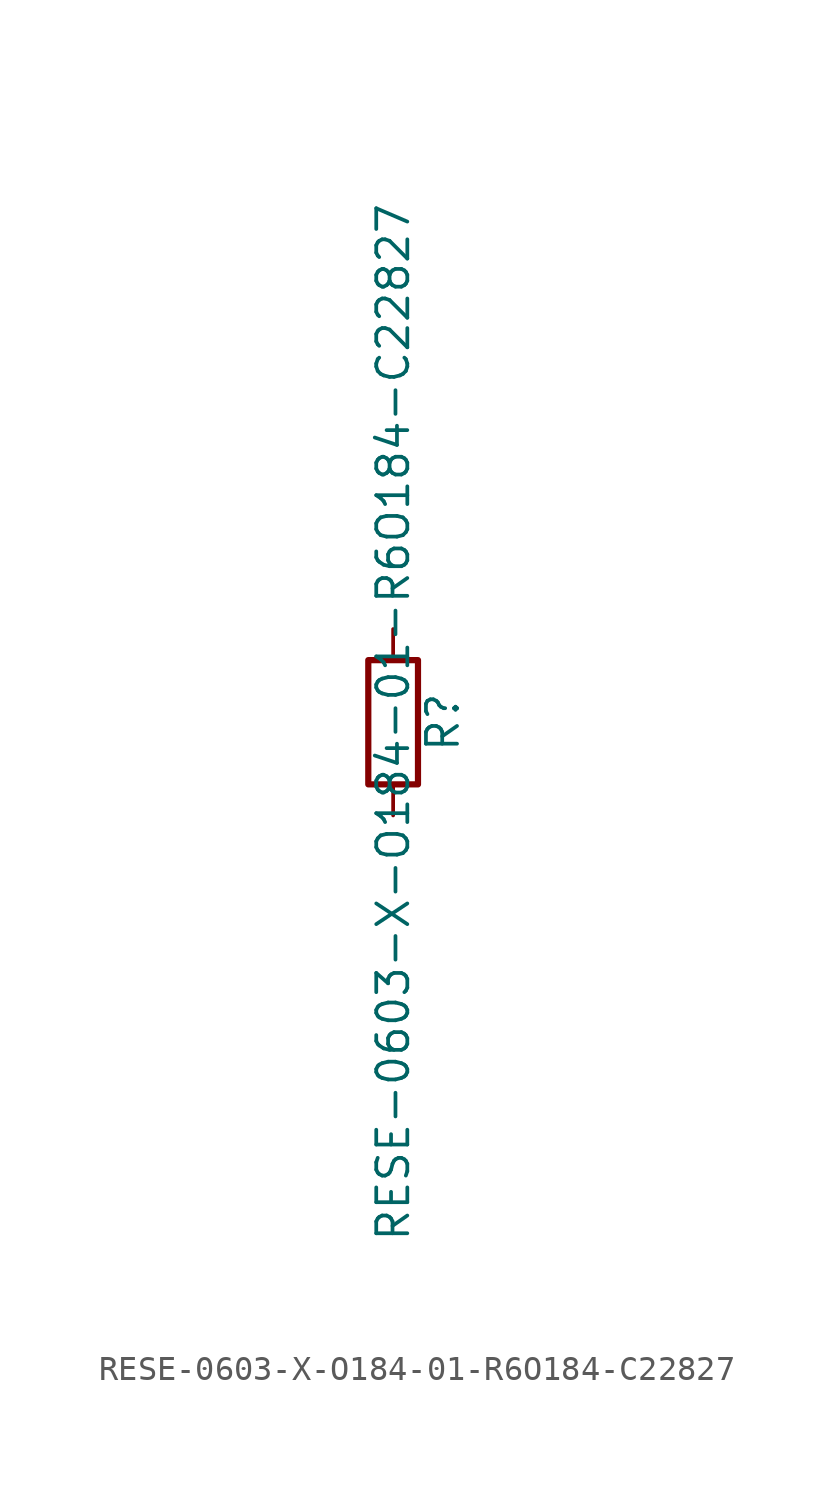
<source format=kicad_sym>
(kicad_symbol_lib
  (version 20211014)
  (generator kicad_symbol_editor)
  (symbol "RESE-0603-X-O184-01-R6O184-C22827"
    (pin_numbers hide)
    (pin_names
      (offset 0))
    (property "Reference" "R"
      (at 2.032 0 90)
      (effects (font (size 1.27 1.27))))
    (property "Value" "RESE-0603-X-O184-01-R6O184-C22827"
      (at 0 0 90)
      (effects (font (size 1.27 1.27))))
    (symbol "RESE-0603-X-O184-01-R6O184-C22827_0_1"
      (rectangle (start -1.016 -2.54) (end 1.016 2.54) (stroke (width 0.254) (type default) (color 0 0 0 0)) (fill (type none))))
    (symbol "RESE-0603-X-O184-01-R6O184-C22827_1_1"
      (pin passive line (at 0 3.81 270) (length 1.27) (name "~" (effects (font (size 1.27 1.27)))) (number "1" (effects (font (size 1.27 1.27)))))
      (pin passive line (at 0 -3.81 90) (length 1.27) (name "~" (effects (font (size 1.27 1.27)))) (number "2" (effects (font (size 1.27 1.27))))))))
</source>
